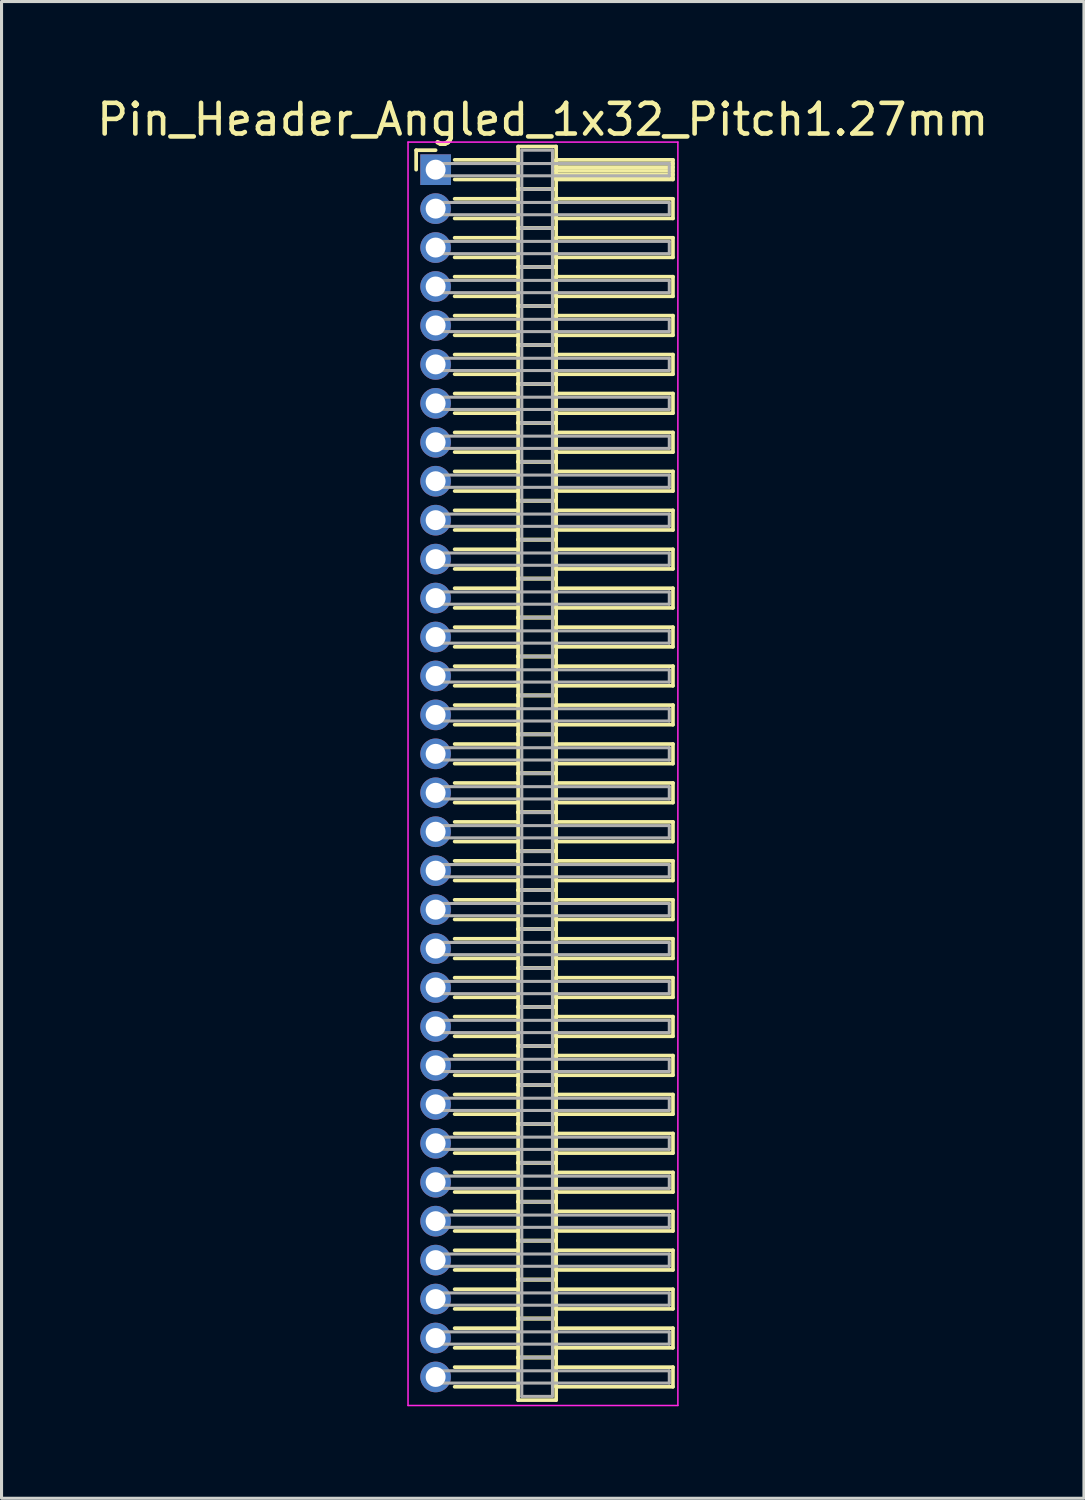
<source format=kicad_pcb>
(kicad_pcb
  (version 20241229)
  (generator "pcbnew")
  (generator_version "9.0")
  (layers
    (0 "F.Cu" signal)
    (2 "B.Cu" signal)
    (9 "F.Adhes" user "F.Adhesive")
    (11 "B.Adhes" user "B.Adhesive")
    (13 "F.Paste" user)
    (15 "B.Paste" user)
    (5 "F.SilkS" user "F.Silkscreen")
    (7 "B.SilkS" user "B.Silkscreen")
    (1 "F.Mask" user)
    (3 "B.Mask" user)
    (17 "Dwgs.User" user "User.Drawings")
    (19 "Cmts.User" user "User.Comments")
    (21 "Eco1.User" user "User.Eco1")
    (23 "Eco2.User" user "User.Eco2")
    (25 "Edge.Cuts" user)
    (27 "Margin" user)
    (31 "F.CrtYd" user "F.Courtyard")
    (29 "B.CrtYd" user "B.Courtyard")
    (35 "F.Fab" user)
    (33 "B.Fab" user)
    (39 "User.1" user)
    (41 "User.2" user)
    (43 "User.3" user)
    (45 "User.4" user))
  (footprint "Pin_Header_Angled_1x32_Pitch1.27mm"
    (layer "F.Cu")
    (at 11.156 2.483)
    (property "Reference" "Pin_Header_Angled_1x32_Pitch1.27mm" (at 3.493 -1.635 0) (layer "F.SilkS") (effects (font (size 1 1) (thickness 0.15))))
    (attr through_hole)
    (fp_line (start -0.635 -0.635) (end 0 -0.635) (stroke (width 0.12) (type solid)) (layer "F.SilkS"))
    (fp_line (start -0.635 0) (end -0.635 -0.635) (stroke (width 0.12) (type solid)) (layer "F.SilkS"))
    (fp_line (start 0.62 -0.32) (end 2.69 -0.32) (stroke (width 0.12) (type solid)) (layer "F.SilkS"))
    (fp_line (start 0.62 0.32) (end 2.69 0.32) (stroke (width 0.12) (type solid)) (layer "F.SilkS"))
    (fp_line (start 0.62 0.95) (end 2.69 0.95) (stroke (width 0.12) (type solid)) (layer "F.SilkS"))
    (fp_line (start 0.62 1.59) (end 2.69 1.59) (stroke (width 0.12) (type solid)) (layer "F.SilkS"))
    (fp_line (start 0.62 2.22) (end 2.69 2.22) (stroke (width 0.12) (type solid)) (layer "F.SilkS"))
    (fp_line (start 0.62 2.86) (end 2.69 2.86) (stroke (width 0.12) (type solid)) (layer "F.SilkS"))
    (fp_line (start 0.62 3.49) (end 2.69 3.49) (stroke (width 0.12) (type solid)) (layer "F.SilkS"))
    (fp_line (start 0.62 4.13) (end 2.69 4.13) (stroke (width 0.12) (type solid)) (layer "F.SilkS"))
    (fp_line (start 0.62 4.76) (end 2.69 4.76) (stroke (width 0.12) (type solid)) (layer "F.SilkS"))
    (fp_line (start 0.62 5.4) (end 2.69 5.4) (stroke (width 0.12) (type solid)) (layer "F.SilkS"))
    (fp_line (start 0.62 6.03) (end 2.69 6.03) (stroke (width 0.12) (type solid)) (layer "F.SilkS"))
    (fp_line (start 0.62 6.67) (end 2.69 6.67) (stroke (width 0.12) (type solid)) (layer "F.SilkS"))
    (fp_line (start 0.62 7.3) (end 2.69 7.3) (stroke (width 0.12) (type solid)) (layer "F.SilkS"))
    (fp_line (start 0.62 7.94) (end 2.69 7.94) (stroke (width 0.12) (type solid)) (layer "F.SilkS"))
    (fp_line (start 0.62 8.57) (end 2.69 8.57) (stroke (width 0.12) (type solid)) (layer "F.SilkS"))
    (fp_line (start 0.62 9.21) (end 2.69 9.21) (stroke (width 0.12) (type solid)) (layer "F.SilkS"))
    (fp_line (start 0.62 9.84) (end 2.69 9.84) (stroke (width 0.12) (type solid)) (layer "F.SilkS"))
    (fp_line (start 0.62 10.48) (end 2.69 10.48) (stroke (width 0.12) (type solid)) (layer "F.SilkS"))
    (fp_line (start 0.62 11.11) (end 2.69 11.11) (stroke (width 0.12) (type solid)) (layer "F.SilkS"))
    (fp_line (start 0.62 11.75) (end 2.69 11.75) (stroke (width 0.12) (type solid)) (layer "F.SilkS"))
    (fp_line (start 0.62 12.38) (end 2.69 12.38) (stroke (width 0.12) (type solid)) (layer "F.SilkS"))
    (fp_line (start 0.62 13.02) (end 2.69 13.02) (stroke (width 0.12) (type solid)) (layer "F.SilkS"))
    (fp_line (start 0.62 13.65) (end 2.69 13.65) (stroke (width 0.12) (type solid)) (layer "F.SilkS"))
    (fp_line (start 0.62 14.29) (end 2.69 14.29) (stroke (width 0.12) (type solid)) (layer "F.SilkS"))
    (fp_line (start 0.62 14.92) (end 2.69 14.92) (stroke (width 0.12) (type solid)) (layer "F.SilkS"))
    (fp_line (start 0.62 15.56) (end 2.69 15.56) (stroke (width 0.12) (type solid)) (layer "F.SilkS"))
    (fp_line (start 0.62 16.19) (end 2.69 16.19) (stroke (width 0.12) (type solid)) (layer "F.SilkS"))
    (fp_line (start 0.62 16.83) (end 2.69 16.83) (stroke (width 0.12) (type solid)) (layer "F.SilkS"))
    (fp_line (start 0.62 17.46) (end 2.69 17.46) (stroke (width 0.12) (type solid)) (layer "F.SilkS"))
    (fp_line (start 0.62 18.1) (end 2.69 18.1) (stroke (width 0.12) (type solid)) (layer "F.SilkS"))
    (fp_line (start 0.62 18.73) (end 2.69 18.73) (stroke (width 0.12) (type solid)) (layer "F.SilkS"))
    (fp_line (start 0.62 19.37) (end 2.69 19.37) (stroke (width 0.12) (type solid)) (layer "F.SilkS"))
    (fp_line (start 0.62 20) (end 2.69 20) (stroke (width 0.12) (type solid)) (layer "F.SilkS"))
    (fp_line (start 0.62 20.64) (end 2.69 20.64) (stroke (width 0.12) (type solid)) (layer "F.SilkS"))
    (fp_line (start 0.62 21.27) (end 2.69 21.27) (stroke (width 0.12) (type solid)) (layer "F.SilkS"))
    (fp_line (start 0.62 21.91) (end 2.69 21.91) (stroke (width 0.12) (type solid)) (layer "F.SilkS"))
    (fp_line (start 0.62 22.54) (end 2.69 22.54) (stroke (width 0.12) (type solid)) (layer "F.SilkS"))
    (fp_line (start 0.62 23.18) (end 2.69 23.18) (stroke (width 0.12) (type solid)) (layer "F.SilkS"))
    (fp_line (start 0.62 23.81) (end 2.69 23.81) (stroke (width 0.12) (type solid)) (layer "F.SilkS"))
    (fp_line (start 0.62 24.45) (end 2.69 24.45) (stroke (width 0.12) (type solid)) (layer "F.SilkS"))
    (fp_line (start 0.62 25.08) (end 2.69 25.08) (stroke (width 0.12) (type solid)) (layer "F.SilkS"))
    (fp_line (start 0.62 25.72) (end 2.69 25.72) (stroke (width 0.12) (type solid)) (layer "F.SilkS"))
    (fp_line (start 0.62 26.35) (end 2.69 26.35) (stroke (width 0.12) (type solid)) (layer "F.SilkS"))
    (fp_line (start 0.62 26.99) (end 2.69 26.99) (stroke (width 0.12) (type solid)) (layer "F.SilkS"))
    (fp_line (start 0.62 27.62) (end 2.69 27.62) (stroke (width 0.12) (type solid)) (layer "F.SilkS"))
    (fp_line (start 0.62 28.26) (end 2.69 28.26) (stroke (width 0.12) (type solid)) (layer "F.SilkS"))
    (fp_line (start 0.62 28.89) (end 2.69 28.89) (stroke (width 0.12) (type solid)) (layer "F.SilkS"))
    (fp_line (start 0.62 29.53) (end 2.69 29.53) (stroke (width 0.12) (type solid)) (layer "F.SilkS"))
    (fp_line (start 0.62 30.16) (end 2.69 30.16) (stroke (width 0.12) (type solid)) (layer "F.SilkS"))
    (fp_line (start 0.62 30.8) (end 2.69 30.8) (stroke (width 0.12) (type solid)) (layer "F.SilkS"))
    (fp_line (start 0.62 31.43) (end 2.69 31.43) (stroke (width 0.12) (type solid)) (layer "F.SilkS"))
    (fp_line (start 0.62 32.07) (end 2.69 32.07) (stroke (width 0.12) (type solid)) (layer "F.SilkS"))
    (fp_line (start 0.62 32.7) (end 2.69 32.7) (stroke (width 0.12) (type solid)) (layer "F.SilkS"))
    (fp_line (start 0.62 33.34) (end 2.69 33.34) (stroke (width 0.12) (type solid)) (layer "F.SilkS"))
    (fp_line (start 0.62 33.97) (end 2.69 33.97) (stroke (width 0.12) (type solid)) (layer "F.SilkS"))
    (fp_line (start 0.62 34.61) (end 2.69 34.61) (stroke (width 0.12) (type solid)) (layer "F.SilkS"))
    (fp_line (start 0.62 35.24) (end 2.69 35.24) (stroke (width 0.12) (type solid)) (layer "F.SilkS"))
    (fp_line (start 0.62 35.88) (end 2.69 35.88) (stroke (width 0.12) (type solid)) (layer "F.SilkS"))
    (fp_line (start 0.62 36.51) (end 2.69 36.51) (stroke (width 0.12) (type solid)) (layer "F.SilkS"))
    (fp_line (start 0.62 37.15) (end 2.69 37.15) (stroke (width 0.12) (type solid)) (layer "F.SilkS"))
    (fp_line (start 0.62 37.78) (end 2.69 37.78) (stroke (width 0.12) (type solid)) (layer "F.SilkS"))
    (fp_line (start 0.62 38.42) (end 2.69 38.42) (stroke (width 0.12) (type solid)) (layer "F.SilkS"))
    (fp_line (start 0.62 39.05) (end 2.69 39.05) (stroke (width 0.12) (type solid)) (layer "F.SilkS"))
    (fp_line (start 0.62 39.69) (end 2.69 39.69) (stroke (width 0.12) (type solid)) (layer "F.SilkS"))
    (fp_line (start 2.69 -0.755) (end 2.69 0.635) (stroke (width 0.12) (type solid)) (layer "F.SilkS"))
    (fp_line (start 2.69 0.635) (end 2.69 1.905) (stroke (width 0.12) (type solid)) (layer "F.SilkS"))
    (fp_line (start 2.69 0.635) (end 3.93 0.635) (stroke (width 0.12) (type solid)) (layer "F.SilkS"))
    (fp_line (start 2.69 1.905) (end 2.69 3.175) (stroke (width 0.12) (type solid)) (layer "F.SilkS"))
    (fp_line (start 2.69 1.905) (end 3.93 1.905) (stroke (width 0.12) (type solid)) (layer "F.SilkS"))
    (fp_line (start 2.69 3.175) (end 2.69 4.445) (stroke (width 0.12) (type solid)) (layer "F.SilkS"))
    (fp_line (start 2.69 3.175) (end 3.93 3.175) (stroke (width 0.12) (type solid)) (layer "F.SilkS"))
    (fp_line (start 2.69 4.445) (end 2.69 5.715) (stroke (width 0.12) (type solid)) (layer "F.SilkS"))
    (fp_line (start 2.69 4.445) (end 3.93 4.445) (stroke (width 0.12) (type solid)) (layer "F.SilkS"))
    (fp_line (start 2.69 5.715) (end 2.69 6.985) (stroke (width 0.12) (type solid)) (layer "F.SilkS"))
    (fp_line (start 2.69 5.715) (end 3.93 5.715) (stroke (width 0.12) (type solid)) (layer "F.SilkS"))
    (fp_line (start 2.69 6.985) (end 2.69 8.255) (stroke (width 0.12) (type solid)) (layer "F.SilkS"))
    (fp_line (start 2.69 6.985) (end 3.93 6.985) (stroke (width 0.12) (type solid)) (layer "F.SilkS"))
    (fp_line (start 2.69 8.255) (end 2.69 9.525) (stroke (width 0.12) (type solid)) (layer "F.SilkS"))
    (fp_line (start 2.69 8.255) (end 3.93 8.255) (stroke (width 0.12) (type solid)) (layer "F.SilkS"))
    (fp_line (start 2.69 9.525) (end 2.69 10.795) (stroke (width 0.12) (type solid)) (layer "F.SilkS"))
    (fp_line (start 2.69 9.525) (end 3.93 9.525) (stroke (width 0.12) (type solid)) (layer "F.SilkS"))
    (fp_line (start 2.69 10.795) (end 2.69 12.065) (stroke (width 0.12) (type solid)) (layer "F.SilkS"))
    (fp_line (start 2.69 10.795) (end 3.93 10.795) (stroke (width 0.12) (type solid)) (layer "F.SilkS"))
    (fp_line (start 2.69 12.065) (end 2.69 13.335) (stroke (width 0.12) (type solid)) (layer "F.SilkS"))
    (fp_line (start 2.69 12.065) (end 3.93 12.065) (stroke (width 0.12) (type solid)) (layer "F.SilkS"))
    (fp_line (start 2.69 13.335) (end 2.69 14.605) (stroke (width 0.12) (type solid)) (layer "F.SilkS"))
    (fp_line (start 2.69 13.335) (end 3.93 13.335) (stroke (width 0.12) (type solid)) (layer "F.SilkS"))
    (fp_line (start 2.69 14.605) (end 2.69 15.875) (stroke (width 0.12) (type solid)) (layer "F.SilkS"))
    (fp_line (start 2.69 14.605) (end 3.93 14.605) (stroke (width 0.12) (type solid)) (layer "F.SilkS"))
    (fp_line (start 2.69 15.875) (end 2.69 17.145) (stroke (width 0.12) (type solid)) (layer "F.SilkS"))
    (fp_line (start 2.69 15.875) (end 3.93 15.875) (stroke (width 0.12) (type solid)) (layer "F.SilkS"))
    (fp_line (start 2.69 17.145) (end 2.69 18.415) (stroke (width 0.12) (type solid)) (layer "F.SilkS"))
    (fp_line (start 2.69 17.145) (end 3.93 17.145) (stroke (width 0.12) (type solid)) (layer "F.SilkS"))
    (fp_line (start 2.69 18.415) (end 2.69 19.685) (stroke (width 0.12) (type solid)) (layer "F.SilkS"))
    (fp_line (start 2.69 18.415) (end 3.93 18.415) (stroke (width 0.12) (type solid)) (layer "F.SilkS"))
    (fp_line (start 2.69 19.685) (end 2.69 20.955) (stroke (width 0.12) (type solid)) (layer "F.SilkS"))
    (fp_line (start 2.69 19.685) (end 3.93 19.685) (stroke (width 0.12) (type solid)) (layer "F.SilkS"))
    (fp_line (start 2.69 20.955) (end 2.69 22.225) (stroke (width 0.12) (type solid)) (layer "F.SilkS"))
    (fp_line (start 2.69 20.955) (end 3.93 20.955) (stroke (width 0.12) (type solid)) (layer "F.SilkS"))
    (fp_line (start 2.69 22.225) (end 2.69 23.495) (stroke (width 0.12) (type solid)) (layer "F.SilkS"))
    (fp_line (start 2.69 22.225) (end 3.93 22.225) (stroke (width 0.12) (type solid)) (layer "F.SilkS"))
    (fp_line (start 2.69 23.495) (end 2.69 24.765) (stroke (width 0.12) (type solid)) (layer "F.SilkS"))
    (fp_line (start 2.69 23.495) (end 3.93 23.495) (stroke (width 0.12) (type solid)) (layer "F.SilkS"))
    (fp_line (start 2.69 24.765) (end 2.69 26.035) (stroke (width 0.12) (type solid)) (layer "F.SilkS"))
    (fp_line (start 2.69 24.765) (end 3.93 24.765) (stroke (width 0.12) (type solid)) (layer "F.SilkS"))
    (fp_line (start 2.69 26.035) (end 2.69 27.305) (stroke (width 0.12) (type solid)) (layer "F.SilkS"))
    (fp_line (start 2.69 26.035) (end 3.93 26.035) (stroke (width 0.12) (type solid)) (layer "F.SilkS"))
    (fp_line (start 2.69 27.305) (end 2.69 28.575) (stroke (width 0.12) (type solid)) (layer "F.SilkS"))
    (fp_line (start 2.69 27.305) (end 3.93 27.305) (stroke (width 0.12) (type solid)) (layer "F.SilkS"))
    (fp_line (start 2.69 28.575) (end 2.69 29.845) (stroke (width 0.12) (type solid)) (layer "F.SilkS"))
    (fp_line (start 2.69 28.575) (end 3.93 28.575) (stroke (width 0.12) (type solid)) (layer "F.SilkS"))
    (fp_line (start 2.69 29.845) (end 2.69 31.115) (stroke (width 0.12) (type solid)) (layer "F.SilkS"))
    (fp_line (start 2.69 29.845) (end 3.93 29.845) (stroke (width 0.12) (type solid)) (layer "F.SilkS"))
    (fp_line (start 2.69 31.115) (end 2.69 32.385) (stroke (width 0.12) (type solid)) (layer "F.SilkS"))
    (fp_line (start 2.69 31.115) (end 3.93 31.115) (stroke (width 0.12) (type solid)) (layer "F.SilkS"))
    (fp_line (start 2.69 32.385) (end 2.69 33.655) (stroke (width 0.12) (type solid)) (layer "F.SilkS"))
    (fp_line (start 2.69 32.385) (end 3.93 32.385) (stroke (width 0.12) (type solid)) (layer "F.SilkS"))
    (fp_line (start 2.69 33.655) (end 2.69 34.925) (stroke (width 0.12) (type solid)) (layer "F.SilkS"))
    (fp_line (start 2.69 33.655) (end 3.93 33.655) (stroke (width 0.12) (type solid)) (layer "F.SilkS"))
    (fp_line (start 2.69 34.925) (end 2.69 36.195) (stroke (width 0.12) (type solid)) (layer "F.SilkS"))
    (fp_line (start 2.69 34.925) (end 3.93 34.925) (stroke (width 0.12) (type solid)) (layer "F.SilkS"))
    (fp_line (start 2.69 36.195) (end 2.69 37.465) (stroke (width 0.12) (type solid)) (layer "F.SilkS"))
    (fp_line (start 2.69 36.195) (end 3.93 36.195) (stroke (width 0.12) (type solid)) (layer "F.SilkS"))
    (fp_line (start 2.69 37.465) (end 2.69 38.735) (stroke (width 0.12) (type solid)) (layer "F.SilkS"))
    (fp_line (start 2.69 37.465) (end 3.93 37.465) (stroke (width 0.12) (type solid)) (layer "F.SilkS"))
    (fp_line (start 2.69 38.735) (end 2.69 40.125) (stroke (width 0.12) (type solid)) (layer "F.SilkS"))
    (fp_line (start 2.69 38.735) (end 3.93 38.735) (stroke (width 0.12) (type solid)) (layer "F.SilkS"))
    (fp_line (start 2.69 40.125) (end 3.93 40.125) (stroke (width 0.12) (type solid)) (layer "F.SilkS"))
    (fp_line (start 3.93 -0.755) (end 2.69 -0.755) (stroke (width 0.12) (type solid)) (layer "F.SilkS"))
    (fp_line (start 3.93 -0.32) (end 3.93 0.32) (stroke (width 0.12) (type solid)) (layer "F.SilkS"))
    (fp_line (start 3.93 -0.2) (end 7.74 -0.2) (stroke (width 0.12) (type solid)) (layer "F.SilkS"))
    (fp_line (start 3.93 -0.08) (end 7.74 -0.08) (stroke (width 0.12) (type solid)) (layer "F.SilkS"))
    (fp_line (start 3.93 0.04) (end 7.74 0.04) (stroke (width 0.12) (type solid)) (layer "F.SilkS"))
    (fp_line (start 3.93 0.16) (end 7.74 0.16) (stroke (width 0.12) (type solid)) (layer "F.SilkS"))
    (fp_line (start 3.93 0.28) (end 7.74 0.28) (stroke (width 0.12) (type solid)) (layer "F.SilkS"))
    (fp_line (start 3.93 0.32) (end 7.74 0.32) (stroke (width 0.12) (type solid)) (layer "F.SilkS"))
    (fp_line (start 3.93 0.635) (end 2.69 0.635) (stroke (width 0.12) (type solid)) (layer "F.SilkS"))
    (fp_line (start 3.93 0.635) (end 3.93 -0.755) (stroke (width 0.12) (type solid)) (layer "F.SilkS"))
    (fp_line (start 3.93 0.95) (end 3.93 1.59) (stroke (width 0.12) (type solid)) (layer "F.SilkS"))
    (fp_line (start 3.93 1.59) (end 7.74 1.59) (stroke (width 0.12) (type solid)) (layer "F.SilkS"))
    (fp_line (start 3.93 1.905) (end 2.69 1.905) (stroke (width 0.12) (type solid)) (layer "F.SilkS"))
    (fp_line (start 3.93 1.905) (end 3.93 0.635) (stroke (width 0.12) (type solid)) (layer "F.SilkS"))
    (fp_line (start 3.93 2.22) (end 3.93 2.86) (stroke (width 0.12) (type solid)) (layer "F.SilkS"))
    (fp_line (start 3.93 2.86) (end 7.74 2.86) (stroke (width 0.12) (type solid)) (layer "F.SilkS"))
    (fp_line (start 3.93 3.175) (end 2.69 3.175) (stroke (width 0.12) (type solid)) (layer "F.SilkS"))
    (fp_line (start 3.93 3.175) (end 3.93 1.905) (stroke (width 0.12) (type solid)) (layer "F.SilkS"))
    (fp_line (start 3.93 3.49) (end 3.93 4.13) (stroke (width 0.12) (type solid)) (layer "F.SilkS"))
    (fp_line (start 3.93 4.13) (end 7.74 4.13) (stroke (width 0.12) (type solid)) (layer "F.SilkS"))
    (fp_line (start 3.93 4.445) (end 2.69 4.445) (stroke (width 0.12) (type solid)) (layer "F.SilkS"))
    (fp_line (start 3.93 4.445) (end 3.93 3.175) (stroke (width 0.12) (type solid)) (layer "F.SilkS"))
    (fp_line (start 3.93 4.76) (end 3.93 5.4) (stroke (width 0.12) (type solid)) (layer "F.SilkS"))
    (fp_line (start 3.93 5.4) (end 7.74 5.4) (stroke (width 0.12) (type solid)) (layer "F.SilkS"))
    (fp_line (start 3.93 5.715) (end 2.69 5.715) (stroke (width 0.12) (type solid)) (layer "F.SilkS"))
    (fp_line (start 3.93 5.715) (end 3.93 4.445) (stroke (width 0.12) (type solid)) (layer "F.SilkS"))
    (fp_line (start 3.93 6.03) (end 3.93 6.67) (stroke (width 0.12) (type solid)) (layer "F.SilkS"))
    (fp_line (start 3.93 6.67) (end 7.74 6.67) (stroke (width 0.12) (type solid)) (layer "F.SilkS"))
    (fp_line (start 3.93 6.985) (end 2.69 6.985) (stroke (width 0.12) (type solid)) (layer "F.SilkS"))
    (fp_line (start 3.93 6.985) (end 3.93 5.715) (stroke (width 0.12) (type solid)) (layer "F.SilkS"))
    (fp_line (start 3.93 7.3) (end 3.93 7.94) (stroke (width 0.12) (type solid)) (layer "F.SilkS"))
    (fp_line (start 3.93 7.94) (end 7.74 7.94) (stroke (width 0.12) (type solid)) (layer "F.SilkS"))
    (fp_line (start 3.93 8.255) (end 2.69 8.255) (stroke (width 0.12) (type solid)) (layer "F.SilkS"))
    (fp_line (start 3.93 8.255) (end 3.93 6.985) (stroke (width 0.12) (type solid)) (layer "F.SilkS"))
    (fp_line (start 3.93 8.57) (end 3.93 9.21) (stroke (width 0.12) (type solid)) (layer "F.SilkS"))
    (fp_line (start 3.93 9.21) (end 7.74 9.21) (stroke (width 0.12) (type solid)) (layer "F.SilkS"))
    (fp_line (start 3.93 9.525) (end 2.69 9.525) (stroke (width 0.12) (type solid)) (layer "F.SilkS"))
    (fp_line (start 3.93 9.525) (end 3.93 8.255) (stroke (width 0.12) (type solid)) (layer "F.SilkS"))
    (fp_line (start 3.93 9.84) (end 3.93 10.48) (stroke (width 0.12) (type solid)) (layer "F.SilkS"))
    (fp_line (start 3.93 10.48) (end 7.74 10.48) (stroke (width 0.12) (type solid)) (layer "F.SilkS"))
    (fp_line (start 3.93 10.795) (end 2.69 10.795) (stroke (width 0.12) (type solid)) (layer "F.SilkS"))
    (fp_line (start 3.93 10.795) (end 3.93 9.525) (stroke (width 0.12) (type solid)) (layer "F.SilkS"))
    (fp_line (start 3.93 11.11) (end 3.93 11.75) (stroke (width 0.12) (type solid)) (layer "F.SilkS"))
    (fp_line (start 3.93 11.75) (end 7.74 11.75) (stroke (width 0.12) (type solid)) (layer "F.SilkS"))
    (fp_line (start 3.93 12.065) (end 2.69 12.065) (stroke (width 0.12) (type solid)) (layer "F.SilkS"))
    (fp_line (start 3.93 12.065) (end 3.93 10.795) (stroke (width 0.12) (type solid)) (layer "F.SilkS"))
    (fp_line (start 3.93 12.38) (end 3.93 13.02) (stroke (width 0.12) (type solid)) (layer "F.SilkS"))
    (fp_line (start 3.93 13.02) (end 7.74 13.02) (stroke (width 0.12) (type solid)) (layer "F.SilkS"))
    (fp_line (start 3.93 13.335) (end 2.69 13.335) (stroke (width 0.12) (type solid)) (layer "F.SilkS"))
    (fp_line (start 3.93 13.335) (end 3.93 12.065) (stroke (width 0.12) (type solid)) (layer "F.SilkS"))
    (fp_line (start 3.93 13.65) (end 3.93 14.29) (stroke (width 0.12) (type solid)) (layer "F.SilkS"))
    (fp_line (start 3.93 14.29) (end 7.74 14.29) (stroke (width 0.12) (type solid)) (layer "F.SilkS"))
    (fp_line (start 3.93 14.605) (end 2.69 14.605) (stroke (width 0.12) (type solid)) (layer "F.SilkS"))
    (fp_line (start 3.93 14.605) (end 3.93 13.335) (stroke (width 0.12) (type solid)) (layer "F.SilkS"))
    (fp_line (start 3.93 14.92) (end 3.93 15.56) (stroke (width 0.12) (type solid)) (layer "F.SilkS"))
    (fp_line (start 3.93 15.56) (end 7.74 15.56) (stroke (width 0.12) (type solid)) (layer "F.SilkS"))
    (fp_line (start 3.93 15.875) (end 2.69 15.875) (stroke (width 0.12) (type solid)) (layer "F.SilkS"))
    (fp_line (start 3.93 15.875) (end 3.93 14.605) (stroke (width 0.12) (type solid)) (layer "F.SilkS"))
    (fp_line (start 3.93 16.19) (end 3.93 16.83) (stroke (width 0.12) (type solid)) (layer "F.SilkS"))
    (fp_line (start 3.93 16.83) (end 7.74 16.83) (stroke (width 0.12) (type solid)) (layer "F.SilkS"))
    (fp_line (start 3.93 17.145) (end 2.69 17.145) (stroke (width 0.12) (type solid)) (layer "F.SilkS"))
    (fp_line (start 3.93 17.145) (end 3.93 15.875) (stroke (width 0.12) (type solid)) (layer "F.SilkS"))
    (fp_line (start 3.93 17.46) (end 3.93 18.1) (stroke (width 0.12) (type solid)) (layer "F.SilkS"))
    (fp_line (start 3.93 18.1) (end 7.74 18.1) (stroke (width 0.12) (type solid)) (layer "F.SilkS"))
    (fp_line (start 3.93 18.415) (end 2.69 18.415) (stroke (width 0.12) (type solid)) (layer "F.SilkS"))
    (fp_line (start 3.93 18.415) (end 3.93 17.145) (stroke (width 0.12) (type solid)) (layer "F.SilkS"))
    (fp_line (start 3.93 18.73) (end 3.93 19.37) (stroke (width 0.12) (type solid)) (layer "F.SilkS"))
    (fp_line (start 3.93 19.37) (end 7.74 19.37) (stroke (width 0.12) (type solid)) (layer "F.SilkS"))
    (fp_line (start 3.93 19.685) (end 2.69 19.685) (stroke (width 0.12) (type solid)) (layer "F.SilkS"))
    (fp_line (start 3.93 19.685) (end 3.93 18.415) (stroke (width 0.12) (type solid)) (layer "F.SilkS"))
    (fp_line (start 3.93 20) (end 3.93 20.64) (stroke (width 0.12) (type solid)) (layer "F.SilkS"))
    (fp_line (start 3.93 20.64) (end 7.74 20.64) (stroke (width 0.12) (type solid)) (layer "F.SilkS"))
    (fp_line (start 3.93 20.955) (end 2.69 20.955) (stroke (width 0.12) (type solid)) (layer "F.SilkS"))
    (fp_line (start 3.93 20.955) (end 3.93 19.685) (stroke (width 0.12) (type solid)) (layer "F.SilkS"))
    (fp_line (start 3.93 21.27) (end 3.93 21.91) (stroke (width 0.12) (type solid)) (layer "F.SilkS"))
    (fp_line (start 3.93 21.91) (end 7.74 21.91) (stroke (width 0.12) (type solid)) (layer "F.SilkS"))
    (fp_line (start 3.93 22.225) (end 2.69 22.225) (stroke (width 0.12) (type solid)) (layer "F.SilkS"))
    (fp_line (start 3.93 22.225) (end 3.93 20.955) (stroke (width 0.12) (type solid)) (layer "F.SilkS"))
    (fp_line (start 3.93 22.54) (end 3.93 23.18) (stroke (width 0.12) (type solid)) (layer "F.SilkS"))
    (fp_line (start 3.93 23.18) (end 7.74 23.18) (stroke (width 0.12) (type solid)) (layer "F.SilkS"))
    (fp_line (start 3.93 23.495) (end 2.69 23.495) (stroke (width 0.12) (type solid)) (layer "F.SilkS"))
    (fp_line (start 3.93 23.495) (end 3.93 22.225) (stroke (width 0.12) (type solid)) (layer "F.SilkS"))
    (fp_line (start 3.93 23.81) (end 3.93 24.45) (stroke (width 0.12) (type solid)) (layer "F.SilkS"))
    (fp_line (start 3.93 24.45) (end 7.74 24.45) (stroke (width 0.12) (type solid)) (layer "F.SilkS"))
    (fp_line (start 3.93 24.765) (end 2.69 24.765) (stroke (width 0.12) (type solid)) (layer "F.SilkS"))
    (fp_line (start 3.93 24.765) (end 3.93 23.495) (stroke (width 0.12) (type solid)) (layer "F.SilkS"))
    (fp_line (start 3.93 25.08) (end 3.93 25.72) (stroke (width 0.12) (type solid)) (layer "F.SilkS"))
    (fp_line (start 3.93 25.72) (end 7.74 25.72) (stroke (width 0.12) (type solid)) (layer "F.SilkS"))
    (fp_line (start 3.93 26.035) (end 2.69 26.035) (stroke (width 0.12) (type solid)) (layer "F.SilkS"))
    (fp_line (start 3.93 26.035) (end 3.93 24.765) (stroke (width 0.12) (type solid)) (layer "F.SilkS"))
    (fp_line (start 3.93 26.35) (end 3.93 26.99) (stroke (width 0.12) (type solid)) (layer "F.SilkS"))
    (fp_line (start 3.93 26.99) (end 7.74 26.99) (stroke (width 0.12) (type solid)) (layer "F.SilkS"))
    (fp_line (start 3.93 27.305) (end 2.69 27.305) (stroke (width 0.12) (type solid)) (layer "F.SilkS"))
    (fp_line (start 3.93 27.305) (end 3.93 26.035) (stroke (width 0.12) (type solid)) (layer "F.SilkS"))
    (fp_line (start 3.93 27.62) (end 3.93 28.26) (stroke (width 0.12) (type solid)) (layer "F.SilkS"))
    (fp_line (start 3.93 28.26) (end 7.74 28.26) (stroke (width 0.12) (type solid)) (layer "F.SilkS"))
    (fp_line (start 3.93 28.575) (end 2.69 28.575) (stroke (width 0.12) (type solid)) (layer "F.SilkS"))
    (fp_line (start 3.93 28.575) (end 3.93 27.305) (stroke (width 0.12) (type solid)) (layer "F.SilkS"))
    (fp_line (start 3.93 28.89) (end 3.93 29.53) (stroke (width 0.12) (type solid)) (layer "F.SilkS"))
    (fp_line (start 3.93 29.53) (end 7.74 29.53) (stroke (width 0.12) (type solid)) (layer "F.SilkS"))
    (fp_line (start 3.93 29.845) (end 2.69 29.845) (stroke (width 0.12) (type solid)) (layer "F.SilkS"))
    (fp_line (start 3.93 29.845) (end 3.93 28.575) (stroke (width 0.12) (type solid)) (layer "F.SilkS"))
    (fp_line (start 3.93 30.16) (end 3.93 30.8) (stroke (width 0.12) (type solid)) (layer "F.SilkS"))
    (fp_line (start 3.93 30.8) (end 7.74 30.8) (stroke (width 0.12) (type solid)) (layer "F.SilkS"))
    (fp_line (start 3.93 31.115) (end 2.69 31.115) (stroke (width 0.12) (type solid)) (layer "F.SilkS"))
    (fp_line (start 3.93 31.115) (end 3.93 29.845) (stroke (width 0.12) (type solid)) (layer "F.SilkS"))
    (fp_line (start 3.93 31.43) (end 3.93 32.07) (stroke (width 0.12) (type solid)) (layer "F.SilkS"))
    (fp_line (start 3.93 32.07) (end 7.74 32.07) (stroke (width 0.12) (type solid)) (layer "F.SilkS"))
    (fp_line (start 3.93 32.385) (end 2.69 32.385) (stroke (width 0.12) (type solid)) (layer "F.SilkS"))
    (fp_line (start 3.93 32.385) (end 3.93 31.115) (stroke (width 0.12) (type solid)) (layer "F.SilkS"))
    (fp_line (start 3.93 32.7) (end 3.93 33.34) (stroke (width 0.12) (type solid)) (layer "F.SilkS"))
    (fp_line (start 3.93 33.34) (end 7.74 33.34) (stroke (width 0.12) (type solid)) (layer "F.SilkS"))
    (fp_line (start 3.93 33.655) (end 2.69 33.655) (stroke (width 0.12) (type solid)) (layer "F.SilkS"))
    (fp_line (start 3.93 33.655) (end 3.93 32.385) (stroke (width 0.12) (type solid)) (layer "F.SilkS"))
    (fp_line (start 3.93 33.97) (end 3.93 34.61) (stroke (width 0.12) (type solid)) (layer "F.SilkS"))
    (fp_line (start 3.93 34.61) (end 7.74 34.61) (stroke (width 0.12) (type solid)) (layer "F.SilkS"))
    (fp_line (start 3.93 34.925) (end 2.69 34.925) (stroke (width 0.12) (type solid)) (layer "F.SilkS"))
    (fp_line (start 3.93 34.925) (end 3.93 33.655) (stroke (width 0.12) (type solid)) (layer "F.SilkS"))
    (fp_line (start 3.93 35.24) (end 3.93 35.88) (stroke (width 0.12) (type solid)) (layer "F.SilkS"))
    (fp_line (start 3.93 35.88) (end 7.74 35.88) (stroke (width 0.12) (type solid)) (layer "F.SilkS"))
    (fp_line (start 3.93 36.195) (end 2.69 36.195) (stroke (width 0.12) (type solid)) (layer "F.SilkS"))
    (fp_line (start 3.93 36.195) (end 3.93 34.925) (stroke (width 0.12) (type solid)) (layer "F.SilkS"))
    (fp_line (start 3.93 36.51) (end 3.93 37.15) (stroke (width 0.12) (type solid)) (layer "F.SilkS"))
    (fp_line (start 3.93 37.15) (end 7.74 37.15) (stroke (width 0.12) (type solid)) (layer "F.SilkS"))
    (fp_line (start 3.93 37.465) (end 2.69 37.465) (stroke (width 0.12) (type solid)) (layer "F.SilkS"))
    (fp_line (start 3.93 37.465) (end 3.93 36.195) (stroke (width 0.12) (type solid)) (layer "F.SilkS"))
    (fp_line (start 3.93 37.78) (end 3.93 38.42) (stroke (width 0.12) (type solid)) (layer "F.SilkS"))
    (fp_line (start 3.93 38.42) (end 7.74 38.42) (stroke (width 0.12) (type solid)) (layer "F.SilkS"))
    (fp_line (start 3.93 38.735) (end 2.69 38.735) (stroke (width 0.12) (type solid)) (layer "F.SilkS"))
    (fp_line (start 3.93 38.735) (end 3.93 37.465) (stroke (width 0.12) (type solid)) (layer "F.SilkS"))
    (fp_line (start 3.93 39.05) (end 3.93 39.69) (stroke (width 0.12) (type solid)) (layer "F.SilkS"))
    (fp_line (start 3.93 39.69) (end 7.74 39.69) (stroke (width 0.12) (type solid)) (layer "F.SilkS"))
    (fp_line (start 3.93 40.125) (end 3.93 38.735) (stroke (width 0.12) (type solid)) (layer "F.SilkS"))
    (fp_line (start 7.74 -0.32) (end 3.93 -0.32) (stroke (width 0.12) (type solid)) (layer "F.SilkS"))
    (fp_line (start 7.74 0.32) (end 7.74 -0.32) (stroke (width 0.12) (type solid)) (layer "F.SilkS"))
    (fp_line (start 7.74 0.95) (end 3.93 0.95) (stroke (width 0.12) (type solid)) (layer "F.SilkS"))
    (fp_line (start 7.74 1.59) (end 7.74 0.95) (stroke (width 0.12) (type solid)) (layer "F.SilkS"))
    (fp_line (start 7.74 2.22) (end 3.93 2.22) (stroke (width 0.12) (type solid)) (layer "F.SilkS"))
    (fp_line (start 7.74 2.86) (end 7.74 2.22) (stroke (width 0.12) (type solid)) (layer "F.SilkS"))
    (fp_line (start 7.74 3.49) (end 3.93 3.49) (stroke (width 0.12) (type solid)) (layer "F.SilkS"))
    (fp_line (start 7.74 4.13) (end 7.74 3.49) (stroke (width 0.12) (type solid)) (layer "F.SilkS"))
    (fp_line (start 7.74 4.76) (end 3.93 4.76) (stroke (width 0.12) (type solid)) (layer "F.SilkS"))
    (fp_line (start 7.74 5.4) (end 7.74 4.76) (stroke (width 0.12) (type solid)) (layer "F.SilkS"))
    (fp_line (start 7.74 6.03) (end 3.93 6.03) (stroke (width 0.12) (type solid)) (layer "F.SilkS"))
    (fp_line (start 7.74 6.67) (end 7.74 6.03) (stroke (width 0.12) (type solid)) (layer "F.SilkS"))
    (fp_line (start 7.74 7.3) (end 3.93 7.3) (stroke (width 0.12) (type solid)) (layer "F.SilkS"))
    (fp_line (start 7.74 7.94) (end 7.74 7.3) (stroke (width 0.12) (type solid)) (layer "F.SilkS"))
    (fp_line (start 7.74 8.57) (end 3.93 8.57) (stroke (width 0.12) (type solid)) (layer "F.SilkS"))
    (fp_line (start 7.74 9.21) (end 7.74 8.57) (stroke (width 0.12) (type solid)) (layer "F.SilkS"))
    (fp_line (start 7.74 9.84) (end 3.93 9.84) (stroke (width 0.12) (type solid)) (layer "F.SilkS"))
    (fp_line (start 7.74 10.48) (end 7.74 9.84) (stroke (width 0.12) (type solid)) (layer "F.SilkS"))
    (fp_line (start 7.74 11.11) (end 3.93 11.11) (stroke (width 0.12) (type solid)) (layer "F.SilkS"))
    (fp_line (start 7.74 11.75) (end 7.74 11.11) (stroke (width 0.12) (type solid)) (layer "F.SilkS"))
    (fp_line (start 7.74 12.38) (end 3.93 12.38) (stroke (width 0.12) (type solid)) (layer "F.SilkS"))
    (fp_line (start 7.74 13.02) (end 7.74 12.38) (stroke (width 0.12) (type solid)) (layer "F.SilkS"))
    (fp_line (start 7.74 13.65) (end 3.93 13.65) (stroke (width 0.12) (type solid)) (layer "F.SilkS"))
    (fp_line (start 7.74 14.29) (end 7.74 13.65) (stroke (width 0.12) (type solid)) (layer "F.SilkS"))
    (fp_line (start 7.74 14.92) (end 3.93 14.92) (stroke (width 0.12) (type solid)) (layer "F.SilkS"))
    (fp_line (start 7.74 15.56) (end 7.74 14.92) (stroke (width 0.12) (type solid)) (layer "F.SilkS"))
    (fp_line (start 7.74 16.19) (end 3.93 16.19) (stroke (width 0.12) (type solid)) (layer "F.SilkS"))
    (fp_line (start 7.74 16.83) (end 7.74 16.19) (stroke (width 0.12) (type solid)) (layer "F.SilkS"))
    (fp_line (start 7.74 17.46) (end 3.93 17.46) (stroke (width 0.12) (type solid)) (layer "F.SilkS"))
    (fp_line (start 7.74 18.1) (end 7.74 17.46) (stroke (width 0.12) (type solid)) (layer "F.SilkS"))
    (fp_line (start 7.74 18.73) (end 3.93 18.73) (stroke (width 0.12) (type solid)) (layer "F.SilkS"))
    (fp_line (start 7.74 19.37) (end 7.74 18.73) (stroke (width 0.12) (type solid)) (layer "F.SilkS"))
    (fp_line (start 7.74 20) (end 3.93 20) (stroke (width 0.12) (type solid)) (layer "F.SilkS"))
    (fp_line (start 7.74 20.64) (end 7.74 20) (stroke (width 0.12) (type solid)) (layer "F.SilkS"))
    (fp_line (start 7.74 21.27) (end 3.93 21.27) (stroke (width 0.12) (type solid)) (layer "F.SilkS"))
    (fp_line (start 7.74 21.91) (end 7.74 21.27) (stroke (width 0.12) (type solid)) (layer "F.SilkS"))
    (fp_line (start 7.74 22.54) (end 3.93 22.54) (stroke (width 0.12) (type solid)) (layer "F.SilkS"))
    (fp_line (start 7.74 23.18) (end 7.74 22.54) (stroke (width 0.12) (type solid)) (layer "F.SilkS"))
    (fp_line (start 7.74 23.81) (end 3.93 23.81) (stroke (width 0.12) (type solid)) (layer "F.SilkS"))
    (fp_line (start 7.74 24.45) (end 7.74 23.81) (stroke (width 0.12) (type solid)) (layer "F.SilkS"))
    (fp_line (start 7.74 25.08) (end 3.93 25.08) (stroke (width 0.12) (type solid)) (layer "F.SilkS"))
    (fp_line (start 7.74 25.72) (end 7.74 25.08) (stroke (width 0.12) (type solid)) (layer "F.SilkS"))
    (fp_line (start 7.74 26.35) (end 3.93 26.35) (stroke (width 0.12) (type solid)) (layer "F.SilkS"))
    (fp_line (start 7.74 26.99) (end 7.74 26.35) (stroke (width 0.12) (type solid)) (layer "F.SilkS"))
    (fp_line (start 7.74 27.62) (end 3.93 27.62) (stroke (width 0.12) (type solid)) (layer "F.SilkS"))
    (fp_line (start 7.74 28.26) (end 7.74 27.62) (stroke (width 0.12) (type solid)) (layer "F.SilkS"))
    (fp_line (start 7.74 28.89) (end 3.93 28.89) (stroke (width 0.12) (type solid)) (layer "F.SilkS"))
    (fp_line (start 7.74 29.53) (end 7.74 28.89) (stroke (width 0.12) (type solid)) (layer "F.SilkS"))
    (fp_line (start 7.74 30.16) (end 3.93 30.16) (stroke (width 0.12) (type solid)) (layer "F.SilkS"))
    (fp_line (start 7.74 30.8) (end 7.74 30.16) (stroke (width 0.12) (type solid)) (layer "F.SilkS"))
    (fp_line (start 7.74 31.43) (end 3.93 31.43) (stroke (width 0.12) (type solid)) (layer "F.SilkS"))
    (fp_line (start 7.74 32.07) (end 7.74 31.43) (stroke (width 0.12) (type solid)) (layer "F.SilkS"))
    (fp_line (start 7.74 32.7) (end 3.93 32.7) (stroke (width 0.12) (type solid)) (layer "F.SilkS"))
    (fp_line (start 7.74 33.34) (end 7.74 32.7) (stroke (width 0.12) (type solid)) (layer "F.SilkS"))
    (fp_line (start 7.74 33.97) (end 3.93 33.97) (stroke (width 0.12) (type solid)) (layer "F.SilkS"))
    (fp_line (start 7.74 34.61) (end 7.74 33.97) (stroke (width 0.12) (type solid)) (layer "F.SilkS"))
    (fp_line (start 7.74 35.24) (end 3.93 35.24) (stroke (width 0.12) (type solid)) (layer "F.SilkS"))
    (fp_line (start 7.74 35.88) (end 7.74 35.24) (stroke (width 0.12) (type solid)) (layer "F.SilkS"))
    (fp_line (start 7.74 36.51) (end 3.93 36.51) (stroke (width 0.12) (type solid)) (layer "F.SilkS"))
    (fp_line (start 7.74 37.15) (end 7.74 36.51) (stroke (width 0.12) (type solid)) (layer "F.SilkS"))
    (fp_line (start 7.74 37.78) (end 3.93 37.78) (stroke (width 0.12) (type solid)) (layer "F.SilkS"))
    (fp_line (start 7.74 38.42) (end 7.74 37.78) (stroke (width 0.12) (type solid)) (layer "F.SilkS"))
    (fp_line (start 7.74 39.05) (end 3.93 39.05) (stroke (width 0.12) (type solid)) (layer "F.SilkS"))
    (fp_line (start 7.74 39.69) (end 7.74 39.05) (stroke (width 0.12) (type solid)) (layer "F.SilkS"))
    (fp_line (start -0.9 -0.9) (end -0.9 40.3) (stroke (width 0.05) (type solid)) (layer "F.CrtYd"))
    (fp_line (start -0.9 40.3) (end 7.9 40.3) (stroke (width 0.05) (type solid)) (layer "F.CrtYd"))
    (fp_line (start 7.9 -0.9) (end -0.9 -0.9) (stroke (width 0.05) (type solid)) (layer "F.CrtYd"))
    (fp_line (start 7.9 40.3) (end 7.9 -0.9) (stroke (width 0.05) (type solid)) (layer "F.CrtYd"))
    (fp_line (start 0 -0.2) (end 0 0.2) (stroke (width 0.1) (type solid)) (layer "F.Fab"))
    (fp_line (start 0 0.2) (end 7.62 0.2) (stroke (width 0.1) (type solid)) (layer "F.Fab"))
    (fp_line (start 0 1.07) (end 0 1.47) (stroke (width 0.1) (type solid)) (layer "F.Fab"))
    (fp_line (start 0 1.47) (end 7.62 1.47) (stroke (width 0.1) (type solid)) (layer "F.Fab"))
    (fp_line (start 0 2.34) (end 0 2.74) (stroke (width 0.1) (type solid)) (layer "F.Fab"))
    (fp_line (start 0 2.74) (end 7.62 2.74) (stroke (width 0.1) (type solid)) (layer "F.Fab"))
    (fp_line (start 0 3.61) (end 0 4.01) (stroke (width 0.1) (type solid)) (layer "F.Fab"))
    (fp_line (start 0 4.01) (end 7.62 4.01) (stroke (width 0.1) (type solid)) (layer "F.Fab"))
    (fp_line (start 0 4.88) (end 0 5.28) (stroke (width 0.1) (type solid)) (layer "F.Fab"))
    (fp_line (start 0 5.28) (end 7.62 5.28) (stroke (width 0.1) (type solid)) (layer "F.Fab"))
    (fp_line (start 0 6.15) (end 0 6.55) (stroke (width 0.1) (type solid)) (layer "F.Fab"))
    (fp_line (start 0 6.55) (end 7.62 6.55) (stroke (width 0.1) (type solid)) (layer "F.Fab"))
    (fp_line (start 0 7.42) (end 0 7.82) (stroke (width 0.1) (type solid)) (layer "F.Fab"))
    (fp_line (start 0 7.82) (end 7.62 7.82) (stroke (width 0.1) (type solid)) (layer "F.Fab"))
    (fp_line (start 0 8.69) (end 0 9.09) (stroke (width 0.1) (type solid)) (layer "F.Fab"))
    (fp_line (start 0 9.09) (end 7.62 9.09) (stroke (width 0.1) (type solid)) (layer "F.Fab"))
    (fp_line (start 0 9.96) (end 0 10.36) (stroke (width 0.1) (type solid)) (layer "F.Fab"))
    (fp_line (start 0 10.36) (end 7.62 10.36) (stroke (width 0.1) (type solid)) (layer "F.Fab"))
    (fp_line (start 0 11.23) (end 0 11.63) (stroke (width 0.1) (type solid)) (layer "F.Fab"))
    (fp_line (start 0 11.63) (end 7.62 11.63) (stroke (width 0.1) (type solid)) (layer "F.Fab"))
    (fp_line (start 0 12.5) (end 0 12.9) (stroke (width 0.1) (type solid)) (layer "F.Fab"))
    (fp_line (start 0 12.9) (end 7.62 12.9) (stroke (width 0.1) (type solid)) (layer "F.Fab"))
    (fp_line (start 0 13.77) (end 0 14.17) (stroke (width 0.1) (type solid)) (layer "F.Fab"))
    (fp_line (start 0 14.17) (end 7.62 14.17) (stroke (width 0.1) (type solid)) (layer "F.Fab"))
    (fp_line (start 0 15.04) (end 0 15.44) (stroke (width 0.1) (type solid)) (layer "F.Fab"))
    (fp_line (start 0 15.44) (end 7.62 15.44) (stroke (width 0.1) (type solid)) (layer "F.Fab"))
    (fp_line (start 0 16.31) (end 0 16.71) (stroke (width 0.1) (type solid)) (layer "F.Fab"))
    (fp_line (start 0 16.71) (end 7.62 16.71) (stroke (width 0.1) (type solid)) (layer "F.Fab"))
    (fp_line (start 0 17.58) (end 0 17.98) (stroke (width 0.1) (type solid)) (layer "F.Fab"))
    (fp_line (start 0 17.98) (end 7.62 17.98) (stroke (width 0.1) (type solid)) (layer "F.Fab"))
    (fp_line (start 0 18.85) (end 0 19.25) (stroke (width 0.1) (type solid)) (layer "F.Fab"))
    (fp_line (start 0 19.25) (end 7.62 19.25) (stroke (width 0.1) (type solid)) (layer "F.Fab"))
    (fp_line (start 0 20.12) (end 0 20.52) (stroke (width 0.1) (type solid)) (layer "F.Fab"))
    (fp_line (start 0 20.52) (end 7.62 20.52) (stroke (width 0.1) (type solid)) (layer "F.Fab"))
    (fp_line (start 0 21.39) (end 0 21.79) (stroke (width 0.1) (type solid)) (layer "F.Fab"))
    (fp_line (start 0 21.79) (end 7.62 21.79) (stroke (width 0.1) (type solid)) (layer "F.Fab"))
    (fp_line (start 0 22.66) (end 0 23.06) (stroke (width 0.1) (type solid)) (layer "F.Fab"))
    (fp_line (start 0 23.06) (end 7.62 23.06) (stroke (width 0.1) (type solid)) (layer "F.Fab"))
    (fp_line (start 0 23.93) (end 0 24.33) (stroke (width 0.1) (type solid)) (layer "F.Fab"))
    (fp_line (start 0 24.33) (end 7.62 24.33) (stroke (width 0.1) (type solid)) (layer "F.Fab"))
    (fp_line (start 0 25.2) (end 0 25.6) (stroke (width 0.1) (type solid)) (layer "F.Fab"))
    (fp_line (start 0 25.6) (end 7.62 25.6) (stroke (width 0.1) (type solid)) (layer "F.Fab"))
    (fp_line (start 0 26.47) (end 0 26.87) (stroke (width 0.1) (type solid)) (layer "F.Fab"))
    (fp_line (start 0 26.87) (end 7.62 26.87) (stroke (width 0.1) (type solid)) (layer "F.Fab"))
    (fp_line (start 0 27.74) (end 0 28.14) (stroke (width 0.1) (type solid)) (layer "F.Fab"))
    (fp_line (start 0 28.14) (end 7.62 28.14) (stroke (width 0.1) (type solid)) (layer "F.Fab"))
    (fp_line (start 0 29.01) (end 0 29.41) (stroke (width 0.1) (type solid)) (layer "F.Fab"))
    (fp_line (start 0 29.41) (end 7.62 29.41) (stroke (width 0.1) (type solid)) (layer "F.Fab"))
    (fp_line (start 0 30.28) (end 0 30.68) (stroke (width 0.1) (type solid)) (layer "F.Fab"))
    (fp_line (start 0 30.68) (end 7.62 30.68) (stroke (width 0.1) (type solid)) (layer "F.Fab"))
    (fp_line (start 0 31.55) (end 0 31.95) (stroke (width 0.1) (type solid)) (layer "F.Fab"))
    (fp_line (start 0 31.95) (end 7.62 31.95) (stroke (width 0.1) (type solid)) (layer "F.Fab"))
    (fp_line (start 0 32.82) (end 0 33.22) (stroke (width 0.1) (type solid)) (layer "F.Fab"))
    (fp_line (start 0 33.22) (end 7.62 33.22) (stroke (width 0.1) (type solid)) (layer "F.Fab"))
    (fp_line (start 0 34.09) (end 0 34.49) (stroke (width 0.1) (type solid)) (layer "F.Fab"))
    (fp_line (start 0 34.49) (end 7.62 34.49) (stroke (width 0.1) (type solid)) (layer "F.Fab"))
    (fp_line (start 0 35.36) (end 0 35.76) (stroke (width 0.1) (type solid)) (layer "F.Fab"))
    (fp_line (start 0 35.76) (end 7.62 35.76) (stroke (width 0.1) (type solid)) (layer "F.Fab"))
    (fp_line (start 0 36.63) (end 0 37.03) (stroke (width 0.1) (type solid)) (layer "F.Fab"))
    (fp_line (start 0 37.03) (end 7.62 37.03) (stroke (width 0.1) (type solid)) (layer "F.Fab"))
    (fp_line (start 0 37.9) (end 0 38.3) (stroke (width 0.1) (type solid)) (layer "F.Fab"))
    (fp_line (start 0 38.3) (end 7.62 38.3) (stroke (width 0.1) (type solid)) (layer "F.Fab"))
    (fp_line (start 0 39.17) (end 0 39.57) (stroke (width 0.1) (type solid)) (layer "F.Fab"))
    (fp_line (start 0 39.57) (end 7.62 39.57) (stroke (width 0.1) (type solid)) (layer "F.Fab"))
    (fp_line (start 2.81 -0.635) (end 2.81 0.635) (stroke (width 0.1) (type solid)) (layer "F.Fab"))
    (fp_line (start 2.81 0.635) (end 2.81 1.905) (stroke (width 0.1) (type solid)) (layer "F.Fab"))
    (fp_line (start 2.81 0.635) (end 3.81 0.635) (stroke (width 0.1) (type solid)) (layer "F.Fab"))
    (fp_line (start 2.81 1.905) (end 2.81 3.175) (stroke (width 0.1) (type solid)) (layer "F.Fab"))
    (fp_line (start 2.81 1.905) (end 3.81 1.905) (stroke (width 0.1) (type solid)) (layer "F.Fab"))
    (fp_line (start 2.81 3.175) (end 2.81 4.445) (stroke (width 0.1) (type solid)) (layer "F.Fab"))
    (fp_line (start 2.81 3.175) (end 3.81 3.175) (stroke (width 0.1) (type solid)) (layer "F.Fab"))
    (fp_line (start 2.81 4.445) (end 2.81 5.715) (stroke (width 0.1) (type solid)) (layer "F.Fab"))
    (fp_line (start 2.81 4.445) (end 3.81 4.445) (stroke (width 0.1) (type solid)) (layer "F.Fab"))
    (fp_line (start 2.81 5.715) (end 2.81 6.985) (stroke (width 0.1) (type solid)) (layer "F.Fab"))
    (fp_line (start 2.81 5.715) (end 3.81 5.715) (stroke (width 0.1) (type solid)) (layer "F.Fab"))
    (fp_line (start 2.81 6.985) (end 2.81 8.255) (stroke (width 0.1) (type solid)) (layer "F.Fab"))
    (fp_line (start 2.81 6.985) (end 3.81 6.985) (stroke (width 0.1) (type solid)) (layer "F.Fab"))
    (fp_line (start 2.81 8.255) (end 2.81 9.525) (stroke (width 0.1) (type solid)) (layer "F.Fab"))
    (fp_line (start 2.81 8.255) (end 3.81 8.255) (stroke (width 0.1) (type solid)) (layer "F.Fab"))
    (fp_line (start 2.81 9.525) (end 2.81 10.795) (stroke (width 0.1) (type solid)) (layer "F.Fab"))
    (fp_line (start 2.81 9.525) (end 3.81 9.525) (stroke (width 0.1) (type solid)) (layer "F.Fab"))
    (fp_line (start 2.81 10.795) (end 2.81 12.065) (stroke (width 0.1) (type solid)) (layer "F.Fab"))
    (fp_line (start 2.81 10.795) (end 3.81 10.795) (stroke (width 0.1) (type solid)) (layer "F.Fab"))
    (fp_line (start 2.81 12.065) (end 2.81 13.335) (stroke (width 0.1) (type solid)) (layer "F.Fab"))
    (fp_line (start 2.81 12.065) (end 3.81 12.065) (stroke (width 0.1) (type solid)) (layer "F.Fab"))
    (fp_line (start 2.81 13.335) (end 2.81 14.605) (stroke (width 0.1) (type solid)) (layer "F.Fab"))
    (fp_line (start 2.81 13.335) (end 3.81 13.335) (stroke (width 0.1) (type solid)) (layer "F.Fab"))
    (fp_line (start 2.81 14.605) (end 2.81 15.875) (stroke (width 0.1) (type solid)) (layer "F.Fab"))
    (fp_line (start 2.81 14.605) (end 3.81 14.605) (stroke (width 0.1) (type solid)) (layer "F.Fab"))
    (fp_line (start 2.81 15.875) (end 2.81 17.145) (stroke (width 0.1) (type solid)) (layer "F.Fab"))
    (fp_line (start 2.81 15.875) (end 3.81 15.875) (stroke (width 0.1) (type solid)) (layer "F.Fab"))
    (fp_line (start 2.81 17.145) (end 2.81 18.415) (stroke (width 0.1) (type solid)) (layer "F.Fab"))
    (fp_line (start 2.81 17.145) (end 3.81 17.145) (stroke (width 0.1) (type solid)) (layer "F.Fab"))
    (fp_line (start 2.81 18.415) (end 2.81 19.685) (stroke (width 0.1) (type solid)) (layer "F.Fab"))
    (fp_line (start 2.81 18.415) (end 3.81 18.415) (stroke (width 0.1) (type solid)) (layer "F.Fab"))
    (fp_line (start 2.81 19.685) (end 2.81 20.955) (stroke (width 0.1) (type solid)) (layer "F.Fab"))
    (fp_line (start 2.81 19.685) (end 3.81 19.685) (stroke (width 0.1) (type solid)) (layer "F.Fab"))
    (fp_line (start 2.81 20.955) (end 2.81 22.225) (stroke (width 0.1) (type solid)) (layer "F.Fab"))
    (fp_line (start 2.81 20.955) (end 3.81 20.955) (stroke (width 0.1) (type solid)) (layer "F.Fab"))
    (fp_line (start 2.81 22.225) (end 2.81 23.495) (stroke (width 0.1) (type solid)) (layer "F.Fab"))
    (fp_line (start 2.81 22.225) (end 3.81 22.225) (stroke (width 0.1) (type solid)) (layer "F.Fab"))
    (fp_line (start 2.81 23.495) (end 2.81 24.765) (stroke (width 0.1) (type solid)) (layer "F.Fab"))
    (fp_line (start 2.81 23.495) (end 3.81 23.495) (stroke (width 0.1) (type solid)) (layer "F.Fab"))
    (fp_line (start 2.81 24.765) (end 2.81 26.035) (stroke (width 0.1) (type solid)) (layer "F.Fab"))
    (fp_line (start 2.81 24.765) (end 3.81 24.765) (stroke (width 0.1) (type solid)) (layer "F.Fab"))
    (fp_line (start 2.81 26.035) (end 2.81 27.305) (stroke (width 0.1) (type solid)) (layer "F.Fab"))
    (fp_line (start 2.81 26.035) (end 3.81 26.035) (stroke (width 0.1) (type solid)) (layer "F.Fab"))
    (fp_line (start 2.81 27.305) (end 2.81 28.575) (stroke (width 0.1) (type solid)) (layer "F.Fab"))
    (fp_line (start 2.81 27.305) (end 3.81 27.305) (stroke (width 0.1) (type solid)) (layer "F.Fab"))
    (fp_line (start 2.81 28.575) (end 2.81 29.845) (stroke (width 0.1) (type solid)) (layer "F.Fab"))
    (fp_line (start 2.81 28.575) (end 3.81 28.575) (stroke (width 0.1) (type solid)) (layer "F.Fab"))
    (fp_line (start 2.81 29.845) (end 2.81 31.115) (stroke (width 0.1) (type solid)) (layer "F.Fab"))
    (fp_line (start 2.81 29.845) (end 3.81 29.845) (stroke (width 0.1) (type solid)) (layer "F.Fab"))
    (fp_line (start 2.81 31.115) (end 2.81 32.385) (stroke (width 0.1) (type solid)) (layer "F.Fab"))
    (fp_line (start 2.81 31.115) (end 3.81 31.115) (stroke (width 0.1) (type solid)) (layer "F.Fab"))
    (fp_line (start 2.81 32.385) (end 2.81 33.655) (stroke (width 0.1) (type solid)) (layer "F.Fab"))
    (fp_line (start 2.81 32.385) (end 3.81 32.385) (stroke (width 0.1) (type solid)) (layer "F.Fab"))
    (fp_line (start 2.81 33.655) (end 2.81 34.925) (stroke (width 0.1) (type solid)) (layer "F.Fab"))
    (fp_line (start 2.81 33.655) (end 3.81 33.655) (stroke (width 0.1) (type solid)) (layer "F.Fab"))
    (fp_line (start 2.81 34.925) (end 2.81 36.195) (stroke (width 0.1) (type solid)) (layer "F.Fab"))
    (fp_line (start 2.81 34.925) (end 3.81 34.925) (stroke (width 0.1) (type solid)) (layer "F.Fab"))
    (fp_line (start 2.81 36.195) (end 2.81 37.465) (stroke (width 0.1) (type solid)) (layer "F.Fab"))
    (fp_line (start 2.81 36.195) (end 3.81 36.195) (stroke (width 0.1) (type solid)) (layer "F.Fab"))
    (fp_line (start 2.81 37.465) (end 2.81 38.735) (stroke (width 0.1) (type solid)) (layer "F.Fab"))
    (fp_line (start 2.81 37.465) (end 3.81 37.465) (stroke (width 0.1) (type solid)) (layer "F.Fab"))
    (fp_line (start 2.81 38.735) (end 2.81 40.005) (stroke (width 0.1) (type solid)) (layer "F.Fab"))
    (fp_line (start 2.81 38.735) (end 3.81 38.735) (stroke (width 0.1) (type solid)) (layer "F.Fab"))
    (fp_line (start 2.81 40.005) (end 3.81 40.005) (stroke (width 0.1) (type solid)) (layer "F.Fab"))
    (fp_line (start 3.81 -0.635) (end 2.81 -0.635) (stroke (width 0.1) (type solid)) (layer "F.Fab"))
    (fp_line (start 3.81 0.635) (end 2.81 0.635) (stroke (width 0.1) (type solid)) (layer "F.Fab"))
    (fp_line (start 3.81 0.635) (end 3.81 -0.635) (stroke (width 0.1) (type solid)) (layer "F.Fab"))
    (fp_line (start 3.81 1.905) (end 2.81 1.905) (stroke (width 0.1) (type solid)) (layer "F.Fab"))
    (fp_line (start 3.81 1.905) (end 3.81 0.635) (stroke (width 0.1) (type solid)) (layer "F.Fab"))
    (fp_line (start 3.81 3.175) (end 2.81 3.175) (stroke (width 0.1) (type solid)) (layer "F.Fab"))
    (fp_line (start 3.81 3.175) (end 3.81 1.905) (stroke (width 0.1) (type solid)) (layer "F.Fab"))
    (fp_line (start 3.81 4.445) (end 2.81 4.445) (stroke (width 0.1) (type solid)) (layer "F.Fab"))
    (fp_line (start 3.81 4.445) (end 3.81 3.175) (stroke (width 0.1) (type solid)) (layer "F.Fab"))
    (fp_line (start 3.81 5.715) (end 2.81 5.715) (stroke (width 0.1) (type solid)) (layer "F.Fab"))
    (fp_line (start 3.81 5.715) (end 3.81 4.445) (stroke (width 0.1) (type solid)) (layer "F.Fab"))
    (fp_line (start 3.81 6.985) (end 2.81 6.985) (stroke (width 0.1) (type solid)) (layer "F.Fab"))
    (fp_line (start 3.81 6.985) (end 3.81 5.715) (stroke (width 0.1) (type solid)) (layer "F.Fab"))
    (fp_line (start 3.81 8.255) (end 2.81 8.255) (stroke (width 0.1) (type solid)) (layer "F.Fab"))
    (fp_line (start 3.81 8.255) (end 3.81 6.985) (stroke (width 0.1) (type solid)) (layer "F.Fab"))
    (fp_line (start 3.81 9.525) (end 2.81 9.525) (stroke (width 0.1) (type solid)) (layer "F.Fab"))
    (fp_line (start 3.81 9.525) (end 3.81 8.255) (stroke (width 0.1) (type solid)) (layer "F.Fab"))
    (fp_line (start 3.81 10.795) (end 2.81 10.795) (stroke (width 0.1) (type solid)) (layer "F.Fab"))
    (fp_line (start 3.81 10.795) (end 3.81 9.525) (stroke (width 0.1) (type solid)) (layer "F.Fab"))
    (fp_line (start 3.81 12.065) (end 2.81 12.065) (stroke (width 0.1) (type solid)) (layer "F.Fab"))
    (fp_line (start 3.81 12.065) (end 3.81 10.795) (stroke (width 0.1) (type solid)) (layer "F.Fab"))
    (fp_line (start 3.81 13.335) (end 2.81 13.335) (stroke (width 0.1) (type solid)) (layer "F.Fab"))
    (fp_line (start 3.81 13.335) (end 3.81 12.065) (stroke (width 0.1) (type solid)) (layer "F.Fab"))
    (fp_line (start 3.81 14.605) (end 2.81 14.605) (stroke (width 0.1) (type solid)) (layer "F.Fab"))
    (fp_line (start 3.81 14.605) (end 3.81 13.335) (stroke (width 0.1) (type solid)) (layer "F.Fab"))
    (fp_line (start 3.81 15.875) (end 2.81 15.875) (stroke (width 0.1) (type solid)) (layer "F.Fab"))
    (fp_line (start 3.81 15.875) (end 3.81 14.605) (stroke (width 0.1) (type solid)) (layer "F.Fab"))
    (fp_line (start 3.81 17.145) (end 2.81 17.145) (stroke (width 0.1) (type solid)) (layer "F.Fab"))
    (fp_line (start 3.81 17.145) (end 3.81 15.875) (stroke (width 0.1) (type solid)) (layer "F.Fab"))
    (fp_line (start 3.81 18.415) (end 2.81 18.415) (stroke (width 0.1) (type solid)) (layer "F.Fab"))
    (fp_line (start 3.81 18.415) (end 3.81 17.145) (stroke (width 0.1) (type solid)) (layer "F.Fab"))
    (fp_line (start 3.81 19.685) (end 2.81 19.685) (stroke (width 0.1) (type solid)) (layer "F.Fab"))
    (fp_line (start 3.81 19.685) (end 3.81 18.415) (stroke (width 0.1) (type solid)) (layer "F.Fab"))
    (fp_line (start 3.81 20.955) (end 2.81 20.955) (stroke (width 0.1) (type solid)) (layer "F.Fab"))
    (fp_line (start 3.81 20.955) (end 3.81 19.685) (stroke (width 0.1) (type solid)) (layer "F.Fab"))
    (fp_line (start 3.81 22.225) (end 2.81 22.225) (stroke (width 0.1) (type solid)) (layer "F.Fab"))
    (fp_line (start 3.81 22.225) (end 3.81 20.955) (stroke (width 0.1) (type solid)) (layer "F.Fab"))
    (fp_line (start 3.81 23.495) (end 2.81 23.495) (stroke (width 0.1) (type solid)) (layer "F.Fab"))
    (fp_line (start 3.81 23.495) (end 3.81 22.225) (stroke (width 0.1) (type solid)) (layer "F.Fab"))
    (fp_line (start 3.81 24.765) (end 2.81 24.765) (stroke (width 0.1) (type solid)) (layer "F.Fab"))
    (fp_line (start 3.81 24.765) (end 3.81 23.495) (stroke (width 0.1) (type solid)) (layer "F.Fab"))
    (fp_line (start 3.81 26.035) (end 2.81 26.035) (stroke (width 0.1) (type solid)) (layer "F.Fab"))
    (fp_line (start 3.81 26.035) (end 3.81 24.765) (stroke (width 0.1) (type solid)) (layer "F.Fab"))
    (fp_line (start 3.81 27.305) (end 2.81 27.305) (stroke (width 0.1) (type solid)) (layer "F.Fab"))
    (fp_line (start 3.81 27.305) (end 3.81 26.035) (stroke (width 0.1) (type solid)) (layer "F.Fab"))
    (fp_line (start 3.81 28.575) (end 2.81 28.575) (stroke (width 0.1) (type solid)) (layer "F.Fab"))
    (fp_line (start 3.81 28.575) (end 3.81 27.305) (stroke (width 0.1) (type solid)) (layer "F.Fab"))
    (fp_line (start 3.81 29.845) (end 2.81 29.845) (stroke (width 0.1) (type solid)) (layer "F.Fab"))
    (fp_line (start 3.81 29.845) (end 3.81 28.575) (stroke (width 0.1) (type solid)) (layer "F.Fab"))
    (fp_line (start 3.81 31.115) (end 2.81 31.115) (stroke (width 0.1) (type solid)) (layer "F.Fab"))
    (fp_line (start 3.81 31.115) (end 3.81 29.845) (stroke (width 0.1) (type solid)) (layer "F.Fab"))
    (fp_line (start 3.81 32.385) (end 2.81 32.385) (stroke (width 0.1) (type solid)) (layer "F.Fab"))
    (fp_line (start 3.81 32.385) (end 3.81 31.115) (stroke (width 0.1) (type solid)) (layer "F.Fab"))
    (fp_line (start 3.81 33.655) (end 2.81 33.655) (stroke (width 0.1) (type solid)) (layer "F.Fab"))
    (fp_line (start 3.81 33.655) (end 3.81 32.385) (stroke (width 0.1) (type solid)) (layer "F.Fab"))
    (fp_line (start 3.81 34.925) (end 2.81 34.925) (stroke (width 0.1) (type solid)) (layer "F.Fab"))
    (fp_line (start 3.81 34.925) (end 3.81 33.655) (stroke (width 0.1) (type solid)) (layer "F.Fab"))
    (fp_line (start 3.81 36.195) (end 2.81 36.195) (stroke (width 0.1) (type solid)) (layer "F.Fab"))
    (fp_line (start 3.81 36.195) (end 3.81 34.925) (stroke (width 0.1) (type solid)) (layer "F.Fab"))
    (fp_line (start 3.81 37.465) (end 2.81 37.465) (stroke (width 0.1) (type solid)) (layer "F.Fab"))
    (fp_line (start 3.81 37.465) (end 3.81 36.195) (stroke (width 0.1) (type solid)) (layer "F.Fab"))
    (fp_line (start 3.81 38.735) (end 2.81 38.735) (stroke (width 0.1) (type solid)) (layer "F.Fab"))
    (fp_line (start 3.81 38.735) (end 3.81 37.465) (stroke (width 0.1) (type solid)) (layer "F.Fab"))
    (fp_line (start 3.81 40.005) (end 3.81 38.735) (stroke (width 0.1) (type solid)) (layer "F.Fab"))
    (fp_line (start 7.62 -0.2) (end 0 -0.2) (stroke (width 0.1) (type solid)) (layer "F.Fab"))
    (fp_line (start 7.62 0.2) (end 7.62 -0.2) (stroke (width 0.1) (type solid)) (layer "F.Fab"))
    (fp_line (start 7.62 1.07) (end 0 1.07) (stroke (width 0.1) (type solid)) (layer "F.Fab"))
    (fp_line (start 7.62 1.47) (end 7.62 1.07) (stroke (width 0.1) (type solid)) (layer "F.Fab"))
    (fp_line (start 7.62 2.34) (end 0 2.34) (stroke (width 0.1) (type solid)) (layer "F.Fab"))
    (fp_line (start 7.62 2.74) (end 7.62 2.34) (stroke (width 0.1) (type solid)) (layer "F.Fab"))
    (fp_line (start 7.62 3.61) (end 0 3.61) (stroke (width 0.1) (type solid)) (layer "F.Fab"))
    (fp_line (start 7.62 4.01) (end 7.62 3.61) (stroke (width 0.1) (type solid)) (layer "F.Fab"))
    (fp_line (start 7.62 4.88) (end 0 4.88) (stroke (width 0.1) (type solid)) (layer "F.Fab"))
    (fp_line (start 7.62 5.28) (end 7.62 4.88) (stroke (width 0.1) (type solid)) (layer "F.Fab"))
    (fp_line (start 7.62 6.15) (end 0 6.15) (stroke (width 0.1) (type solid)) (layer "F.Fab"))
    (fp_line (start 7.62 6.55) (end 7.62 6.15) (stroke (width 0.1) (type solid)) (layer "F.Fab"))
    (fp_line (start 7.62 7.42) (end 0 7.42) (stroke (width 0.1) (type solid)) (layer "F.Fab"))
    (fp_line (start 7.62 7.82) (end 7.62 7.42) (stroke (width 0.1) (type solid)) (layer "F.Fab"))
    (fp_line (start 7.62 8.69) (end 0 8.69) (stroke (width 0.1) (type solid)) (layer "F.Fab"))
    (fp_line (start 7.62 9.09) (end 7.62 8.69) (stroke (width 0.1) (type solid)) (layer "F.Fab"))
    (fp_line (start 7.62 9.96) (end 0 9.96) (stroke (width 0.1) (type solid)) (layer "F.Fab"))
    (fp_line (start 7.62 10.36) (end 7.62 9.96) (stroke (width 0.1) (type solid)) (layer "F.Fab"))
    (fp_line (start 7.62 11.23) (end 0 11.23) (stroke (width 0.1) (type solid)) (layer "F.Fab"))
    (fp_line (start 7.62 11.63) (end 7.62 11.23) (stroke (width 0.1) (type solid)) (layer "F.Fab"))
    (fp_line (start 7.62 12.5) (end 0 12.5) (stroke (width 0.1) (type solid)) (layer "F.Fab"))
    (fp_line (start 7.62 12.9) (end 7.62 12.5) (stroke (width 0.1) (type solid)) (layer "F.Fab"))
    (fp_line (start 7.62 13.77) (end 0 13.77) (stroke (width 0.1) (type solid)) (layer "F.Fab"))
    (fp_line (start 7.62 14.17) (end 7.62 13.77) (stroke (width 0.1) (type solid)) (layer "F.Fab"))
    (fp_line (start 7.62 15.04) (end 0 15.04) (stroke (width 0.1) (type solid)) (layer "F.Fab"))
    (fp_line (start 7.62 15.44) (end 7.62 15.04) (stroke (width 0.1) (type solid)) (layer "F.Fab"))
    (fp_line (start 7.62 16.31) (end 0 16.31) (stroke (width 0.1) (type solid)) (layer "F.Fab"))
    (fp_line (start 7.62 16.71) (end 7.62 16.31) (stroke (width 0.1) (type solid)) (layer "F.Fab"))
    (fp_line (start 7.62 17.58) (end 0 17.58) (stroke (width 0.1) (type solid)) (layer "F.Fab"))
    (fp_line (start 7.62 17.98) (end 7.62 17.58) (stroke (width 0.1) (type solid)) (layer "F.Fab"))
    (fp_line (start 7.62 18.85) (end 0 18.85) (stroke (width 0.1) (type solid)) (layer "F.Fab"))
    (fp_line (start 7.62 19.25) (end 7.62 18.85) (stroke (width 0.1) (type solid)) (layer "F.Fab"))
    (fp_line (start 7.62 20.12) (end 0 20.12) (stroke (width 0.1) (type solid)) (layer "F.Fab"))
    (fp_line (start 7.62 20.52) (end 7.62 20.12) (stroke (width 0.1) (type solid)) (layer "F.Fab"))
    (fp_line (start 7.62 21.39) (end 0 21.39) (stroke (width 0.1) (type solid)) (layer "F.Fab"))
    (fp_line (start 7.62 21.79) (end 7.62 21.39) (stroke (width 0.1) (type solid)) (layer "F.Fab"))
    (fp_line (start 7.62 22.66) (end 0 22.66) (stroke (width 0.1) (type solid)) (layer "F.Fab"))
    (fp_line (start 7.62 23.06) (end 7.62 22.66) (stroke (width 0.1) (type solid)) (layer "F.Fab"))
    (fp_line (start 7.62 23.93) (end 0 23.93) (stroke (width 0.1) (type solid)) (layer "F.Fab"))
    (fp_line (start 7.62 24.33) (end 7.62 23.93) (stroke (width 0.1) (type solid)) (layer "F.Fab"))
    (fp_line (start 7.62 25.2) (end 0 25.2) (stroke (width 0.1) (type solid)) (layer "F.Fab"))
    (fp_line (start 7.62 25.6) (end 7.62 25.2) (stroke (width 0.1) (type solid)) (layer "F.Fab"))
    (fp_line (start 7.62 26.47) (end 0 26.47) (stroke (width 0.1) (type solid)) (layer "F.Fab"))
    (fp_line (start 7.62 26.87) (end 7.62 26.47) (stroke (width 0.1) (type solid)) (layer "F.Fab"))
    (fp_line (start 7.62 27.74) (end 0 27.74) (stroke (width 0.1) (type solid)) (layer "F.Fab"))
    (fp_line (start 7.62 28.14) (end 7.62 27.74) (stroke (width 0.1) (type solid)) (layer "F.Fab"))
    (fp_line (start 7.62 29.01) (end 0 29.01) (stroke (width 0.1) (type solid)) (layer "F.Fab"))
    (fp_line (start 7.62 29.41) (end 7.62 29.01) (stroke (width 0.1) (type solid)) (layer "F.Fab"))
    (fp_line (start 7.62 30.28) (end 0 30.28) (stroke (width 0.1) (type solid)) (layer "F.Fab"))
    (fp_line (start 7.62 30.68) (end 7.62 30.28) (stroke (width 0.1) (type solid)) (layer "F.Fab"))
    (fp_line (start 7.62 31.55) (end 0 31.55) (stroke (width 0.1) (type solid)) (layer "F.Fab"))
    (fp_line (start 7.62 31.95) (end 7.62 31.55) (stroke (width 0.1) (type solid)) (layer "F.Fab"))
    (fp_line (start 7.62 32.82) (end 0 32.82) (stroke (width 0.1) (type solid)) (layer "F.Fab"))
    (fp_line (start 7.62 33.22) (end 7.62 32.82) (stroke (width 0.1) (type solid)) (layer "F.Fab"))
    (fp_line (start 7.62 34.09) (end 0 34.09) (stroke (width 0.1) (type solid)) (layer "F.Fab"))
    (fp_line (start 7.62 34.49) (end 7.62 34.09) (stroke (width 0.1) (type solid)) (layer "F.Fab"))
    (fp_line (start 7.62 35.36) (end 0 35.36) (stroke (width 0.1) (type solid)) (layer "F.Fab"))
    (fp_line (start 7.62 35.76) (end 7.62 35.36) (stroke (width 0.1) (type solid)) (layer "F.Fab"))
    (fp_line (start 7.62 36.63) (end 0 36.63) (stroke (width 0.1) (type solid)) (layer "F.Fab"))
    (fp_line (start 7.62 37.03) (end 7.62 36.63) (stroke (width 0.1) (type solid)) (layer "F.Fab"))
    (fp_line (start 7.62 37.9) (end 0 37.9) (stroke (width 0.1) (type solid)) (layer "F.Fab"))
    (fp_line (start 7.62 38.3) (end 7.62 37.9) (stroke (width 0.1) (type solid)) (layer "F.Fab"))
    (fp_line (start 7.62 39.17) (end 0 39.17) (stroke (width 0.1) (type solid)) (layer "F.Fab"))
    (fp_line (start 7.62 39.57) (end 7.62 39.17) (stroke (width 0.1) (type solid)) (layer "F.Fab"))
    (pad "1" thru_hole rect (at 0 0) (size 1 1) (drill 0.65) (layers "*.Cu" "*.Mask"))
    (pad "2" thru_hole oval (at 0 1.27) (size 1 1) (drill 0.65) (layers "*.Cu" "*.Mask"))
    (pad "3" thru_hole oval (at 0 2.54) (size 1 1) (drill 0.65) (layers "*.Cu" "*.Mask"))
    (pad "4" thru_hole oval (at 0 3.81) (size 1 1) (drill 0.65) (layers "*.Cu" "*.Mask"))
    (pad "5" thru_hole oval (at 0 5.08) (size 1 1) (drill 0.65) (layers "*.Cu" "*.Mask"))
    (pad "6" thru_hole oval (at 0 6.35) (size 1 1) (drill 0.65) (layers "*.Cu" "*.Mask"))
    (pad "7" thru_hole oval (at 0 7.62) (size 1 1) (drill 0.65) (layers "*.Cu" "*.Mask"))
    (pad "8" thru_hole oval (at 0 8.89) (size 1 1) (drill 0.65) (layers "*.Cu" "*.Mask"))
    (pad "9" thru_hole oval (at 0 10.16) (size 1 1) (drill 0.65) (layers "*.Cu" "*.Mask"))
    (pad "10" thru_hole oval (at 0 11.43) (size 1 1) (drill 0.65) (layers "*.Cu" "*.Mask"))
    (pad "11" thru_hole oval (at 0 12.7) (size 1 1) (drill 0.65) (layers "*.Cu" "*.Mask"))
    (pad "12" thru_hole oval (at 0 13.97) (size 1 1) (drill 0.65) (layers "*.Cu" "*.Mask"))
    (pad "13" thru_hole oval (at 0 15.24) (size 1 1) (drill 0.65) (layers "*.Cu" "*.Mask"))
    (pad "14" thru_hole oval (at 0 16.51) (size 1 1) (drill 0.65) (layers "*.Cu" "*.Mask"))
    (pad "15" thru_hole oval (at 0 17.78) (size 1 1) (drill 0.65) (layers "*.Cu" "*.Mask"))
    (pad "16" thru_hole oval (at 0 19.05) (size 1 1) (drill 0.65) (layers "*.Cu" "*.Mask"))
    (pad "17" thru_hole oval (at 0 20.32) (size 1 1) (drill 0.65) (layers "*.Cu" "*.Mask"))
    (pad "18" thru_hole oval (at 0 21.59) (size 1 1) (drill 0.65) (layers "*.Cu" "*.Mask"))
    (pad "19" thru_hole oval (at 0 22.86) (size 1 1) (drill 0.65) (layers "*.Cu" "*.Mask"))
    (pad "20" thru_hole oval (at 0 24.13) (size 1 1) (drill 0.65) (layers "*.Cu" "*.Mask"))
    (pad "21" thru_hole oval (at 0 25.4) (size 1 1) (drill 0.65) (layers "*.Cu" "*.Mask"))
    (pad "22" thru_hole oval (at 0 26.67) (size 1 1) (drill 0.65) (layers "*.Cu" "*.Mask"))
    (pad "23" thru_hole oval (at 0 27.94) (size 1 1) (drill 0.65) (layers "*.Cu" "*.Mask"))
    (pad "24" thru_hole oval (at 0 29.21) (size 1 1) (drill 0.65) (layers "*.Cu" "*.Mask"))
    (pad "25" thru_hole oval (at 0 30.48) (size 1 1) (drill 0.65) (layers "*.Cu" "*.Mask"))
    (pad "26" thru_hole oval (at 0 31.75) (size 1 1) (drill 0.65) (layers "*.Cu" "*.Mask"))
    (pad "27" thru_hole oval (at 0 33.02) (size 1 1) (drill 0.65) (layers "*.Cu" "*.Mask"))
    (pad "28" thru_hole oval (at 0 34.29) (size 1 1) (drill 0.65) (layers "*.Cu" "*.Mask"))
    (pad "29" thru_hole oval (at 0 35.56) (size 1 1) (drill 0.65) (layers "*.Cu" "*.Mask"))
    (pad "30" thru_hole oval (at 0 36.83) (size 1 1) (drill 0.65) (layers "*.Cu" "*.Mask"))
    (pad "31" thru_hole oval (at 0 38.1) (size 1 1) (drill 0.65) (layers "*.Cu" "*.Mask"))
    (pad "32" thru_hole oval (at 0 39.37) (size 1 1) (drill 0.65) (layers "*.Cu" "*.Mask")))
  (gr_rect
    (start -3 -3)
    (end 32.298 45.808)
    (stroke (width 0.1) (type default))
    (fill no)
    (layer "Edge.Cuts")))
</source>
